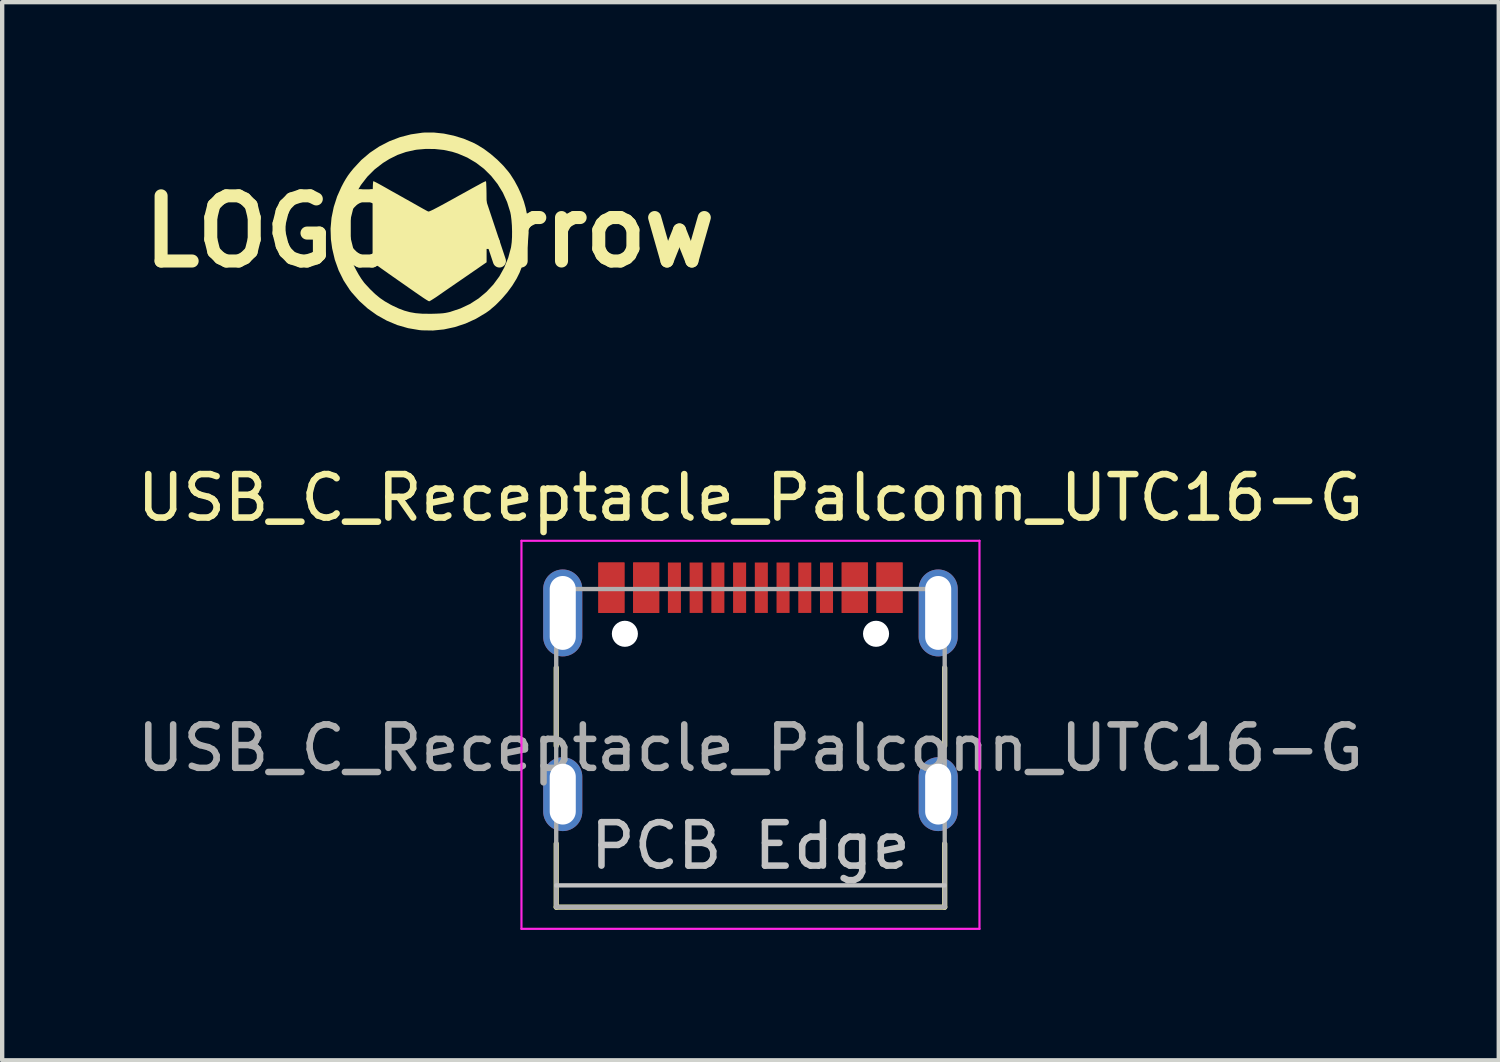
<source format=kicad_pcb>
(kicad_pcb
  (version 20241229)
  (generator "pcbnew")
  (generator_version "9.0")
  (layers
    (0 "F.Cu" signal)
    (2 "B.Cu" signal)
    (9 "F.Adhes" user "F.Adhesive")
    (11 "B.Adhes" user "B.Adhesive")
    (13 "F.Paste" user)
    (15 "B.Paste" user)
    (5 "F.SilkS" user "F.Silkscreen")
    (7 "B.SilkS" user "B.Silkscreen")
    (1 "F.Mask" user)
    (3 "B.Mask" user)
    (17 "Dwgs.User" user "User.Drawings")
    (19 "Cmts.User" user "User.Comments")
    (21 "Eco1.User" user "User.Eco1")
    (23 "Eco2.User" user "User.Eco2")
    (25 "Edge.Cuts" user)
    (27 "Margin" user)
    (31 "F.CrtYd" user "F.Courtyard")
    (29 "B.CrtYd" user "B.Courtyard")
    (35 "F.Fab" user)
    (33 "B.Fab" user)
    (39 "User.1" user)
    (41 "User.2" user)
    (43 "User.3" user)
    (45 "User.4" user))
  (footprint "LOGO_Arrow"
    (layer "F.Cu")
    (at 6.836 2.278)
    (property "Reference" "LOGO_Arrow" (at 0 0 0) (layer "F.SilkS") (effects (font (size 1.5 1.5) (thickness 0.3))))
    (attr board_only exclude_from_pos_files exclude_from_bom)
    (fp_poly (pts (xy 1.299 -1.148) (xy 1.303 -1.115) (xy 1.305 -1.06) (xy 1.308 -0.98) (xy 1.31 -0.875) (xy 1.311 -0.744) (xy 1.312 -0.585) (xy 1.312 -0.397) (xy 1.312 -0.225) (xy 1.312 0.708) (xy 1.204 0.782) (xy 1.162 0.811) (xy 1.099 0.855) (xy 1.02 0.909) (xy 0.93 0.971) (xy 0.833 1.038) (xy 0.749 1.096) (xy 0.644 1.168) (xy 0.535 1.243) (xy 0.429 1.316) (xy 0.332 1.383) (xy 0.25 1.44) (xy 0.206 1.471) (xy 0.137 1.518) (xy 0.076 1.557) (xy 0.028 1.587) (xy -0.002 1.603) (xy -0.009 1.606) (xy -0.029 1.598) (xy -0.068 1.575) (xy -0.12 1.542) (xy -0.165 1.512) (xy -0.239 1.461) (xy -0.322 1.404) (xy -0.399 1.35) (xy -0.425 1.332) (xy -0.474 1.298) (xy -0.542 1.25) (xy -0.625 1.192) (xy -0.717 1.128) (xy -0.812 1.061) (xy -0.857 1.03) (xy -0.948 0.966) (xy -1.034 0.905) (xy -1.112 0.85) (xy -1.176 0.804) (xy -1.222 0.771) (xy -1.239 0.759) (xy -1.312 0.704) (xy -1.312 -0.227) (xy -1.312 -0.432) (xy -1.312 -0.607) (xy -1.311 -0.754) (xy -1.31 -0.876) (xy -1.308 -0.974) (xy -1.306 -1.049) (xy -1.303 -1.103) (xy -1.3 -1.138) (xy -1.297 -1.155) (xy -1.294 -1.158) (xy -1.275 -1.151) (xy -1.234 -1.131) (xy -1.177 -1.101) (xy -1.108 -1.063) (xy -1.067 -1.04) (xy -0.987 -0.995) (xy -0.889 -0.939) (xy -0.779 -0.878) (xy -0.667 -0.815) (xy -0.561 -0.755) (xy -0.548 -0.748) (xy -0.453 -0.695) (xy -0.361 -0.643) (xy -0.278 -0.596) (xy -0.209 -0.557) (xy -0.159 -0.529) (xy -0.147 -0.522) (xy -0.096 -0.494) (xy -0.053 -0.471) (xy -0.029 -0.46) (xy -0.007 -0.464) (xy 0.04 -0.484) (xy 0.113 -0.52) (xy 0.209 -0.57) (xy 0.328 -0.634) (xy 0.442 -0.697) (xy 0.555 -0.759) (xy 0.664 -0.82) (xy 0.766 -0.876) (xy 0.855 -0.925) (xy 0.927 -0.965) (xy 0.979 -0.994) (xy 0.996 -1.003) (xy 1.063 -1.04) (xy 1.134 -1.078) (xy 1.191 -1.11) (xy 1.239 -1.135) (xy 1.277 -1.152) (xy 1.296 -1.158)) (stroke (width 0) (type solid)) (fill yes) (layer "F.SilkS"))
    (fp_poly (pts (xy 0.327 -2.254) (xy 0.556 -2.206) (xy 0.782 -2.137) (xy 0.997 -2.047) (xy 1.092 -1.998) (xy 1.247 -1.903) (xy 1.404 -1.786) (xy 1.557 -1.654) (xy 1.698 -1.513) (xy 1.818 -1.371) (xy 1.86 -1.314) (xy 1.952 -1.17) (xy 2.037 -1.012) (xy 2.111 -0.849) (xy 2.17 -0.689) (xy 2.212 -0.54) (xy 2.222 -0.489) (xy 2.232 -0.439) (xy 2.24 -0.402) (xy 2.245 -0.389) (xy 2.249 -0.37) (xy 2.255 -0.327) (xy 2.262 -0.267) (xy 2.27 -0.199) (xy 2.279 0.025) (xy 2.262 0.259) (xy 2.221 0.494) (xy 2.157 0.725) (xy 2.071 0.946) (xy 2.004 1.081) (xy 1.906 1.241) (xy 1.789 1.401) (xy 1.657 1.554) (xy 1.518 1.694) (xy 1.376 1.815) (xy 1.294 1.873) (xy 1.065 2.009) (xy 0.826 2.118) (xy 0.58 2.199) (xy 0.329 2.253) (xy 0.078 2.278) (xy -0.172 2.274) (xy -0.236 2.268) (xy -0.495 2.224) (xy -0.745 2.152) (xy -0.985 2.051) (xy -1.212 1.924) (xy -1.424 1.772) (xy -1.619 1.596) (xy -1.795 1.398) (xy -1.838 1.342) (xy -1.978 1.127) (xy -2.093 0.895) (xy -2.181 0.649) (xy -2.242 0.39) (xy -2.271 0.18) (xy -2.277 0) (xy -1.891 0) (xy -1.89 0.134) (xy -1.886 0.245) (xy -1.878 0.339) (xy -1.864 0.424) (xy -1.844 0.508) (xy -1.816 0.597) (xy -1.782 0.689) (xy -1.742 0.784) (xy -1.689 0.889) (xy -1.63 0.994) (xy -1.568 1.092) (xy -1.509 1.173) (xy -1.488 1.198) (xy -1.367 1.329) (xy -1.255 1.437) (xy -1.144 1.529) (xy -1.028 1.608) (xy -0.9 1.681) (xy -0.85 1.707) (xy -0.71 1.772) (xy -0.58 1.821) (xy -0.452 1.856) (xy -0.319 1.879) (xy -0.173 1.891) (xy -0.006 1.893) (xy 0.046 1.893) (xy 0.155 1.89) (xy 0.24 1.886) (xy 0.307 1.881) (xy 0.365 1.873) (xy 0.42 1.862) (xy 0.48 1.848) (xy 0.48 1.847) (xy 0.711 1.77) (xy 0.927 1.668) (xy 1.126 1.541) (xy 1.306 1.391) (xy 1.466 1.221) (xy 1.605 1.033) (xy 1.719 0.827) (xy 1.809 0.606) (xy 1.872 0.372) (xy 1.877 0.343) (xy 1.89 0.245) (xy 1.897 0.127) (xy 1.898 -0.003) (xy 1.894 -0.137) (xy 1.884 -0.265) (xy 1.87 -0.378) (xy 1.856 -0.448) (xy 1.784 -0.678) (xy 1.686 -0.895) (xy 1.563 -1.095) (xy 1.418 -1.278) (xy 1.253 -1.442) (xy 1.068 -1.583) (xy 0.867 -1.702) (xy 0.651 -1.794) (xy 0.518 -1.836) (xy 0.326 -1.877) (xy 0.12 -1.899) (xy -0.089 -1.901) (xy -0.291 -1.884) (xy -0.341 -1.876) (xy -0.546 -1.83) (xy -0.737 -1.763) (xy -0.922 -1.671) (xy -1.074 -1.577) (xy -1.265 -1.429) (xy -1.434 -1.26) (xy -1.58 -1.071) (xy -1.702 -0.865) (xy -1.798 -0.643) (xy -1.857 -0.451) (xy -1.869 -0.4) (xy -1.878 -0.351) (xy -1.884 -0.298) (xy -1.888 -0.234) (xy -1.89 -0.155) (xy -1.891 -0.054) (xy -1.891 0) (xy -2.277 0) (xy -2.279 -0.067) (xy -2.257 -0.316) (xy -2.206 -0.564) (xy -2.128 -0.807) (xy -2.03 -1.026) (xy -1.976 -1.129) (xy -1.927 -1.213) (xy -1.878 -1.289) (xy -1.821 -1.366) (xy -1.75 -1.453) (xy -1.749 -1.454) (xy -1.572 -1.645) (xy -1.374 -1.813) (xy -1.159 -1.957) (xy -0.929 -2.076) (xy -0.685 -2.17) (xy -0.431 -2.236) (xy -0.168 -2.274) (xy -0.116 -2.278) (xy 0.101 -2.278)) (stroke (width 0) (type solid)) (fill yes) (layer "F.SilkS")))
  (footprint "USB_C_Receptacle_Palconn_UTC16-G"
    (layer "F.Cu")
    (at 14.22 12.985)
    (property "Reference" "USB_C_Receptacle_Palconn_UTC16-G" (at 0 -4.58 0) (layer "F.SilkS") (effects (font (size 1 1) (thickness 0.15))))
    (attr smd)
    (fp_line (start -4.47 -0.67) (end -4.47 1.13) (stroke (width 0.12) (type solid)) (layer "F.SilkS"))
    (fp_line (start -4.47 4.84) (end -4.47 3.38) (stroke (width 0.12) (type solid)) (layer "F.SilkS"))
    (fp_line (start 4.47 -0.67) (end 4.47 1.13) (stroke (width 0.12) (type solid)) (layer "F.SilkS"))
    (fp_line (start 4.47 4.84) (end -4.47 4.84) (stroke (width 0.12) (type solid)) (layer "F.SilkS"))
    (fp_line (start 4.47 4.84) (end 4.47 3.38) (stroke (width 0.12) (type solid)) (layer "F.SilkS"))
    (fp_line (start -4.47 4.34) (end 4.47 4.34) (stroke (width 0.1) (type solid)) (layer "Dwgs.User"))
    (fp_line (start -5.27 -3.59) (end -5.27 5.34) (stroke (width 0.05) (type solid)) (layer "F.CrtYd"))
    (fp_line (start -5.27 5.34) (end 5.27 5.34) (stroke (width 0.05) (type solid)) (layer "F.CrtYd"))
    (fp_line (start 5.27 -3.59) (end -5.27 -3.59) (stroke (width 0.05) (type solid)) (layer "F.CrtYd"))
    (fp_line (start 5.27 5.34) (end 5.27 -3.59) (stroke (width 0.05) (type solid)) (layer "F.CrtYd"))
    (fp_line (start -4.47 -2.48) (end -4.47 4.84) (stroke (width 0.1) (type solid)) (layer "F.Fab"))
    (fp_line (start -4.47 -2.48) (end 4.47 -2.48) (stroke (width 0.1) (type solid)) (layer "F.Fab"))
    (fp_line (start 4.47 -2.48) (end 4.47 4.84) (stroke (width 0.1) (type solid)) (layer "F.Fab"))
    (fp_line (start 4.47 4.84) (end -4.47 4.84) (stroke (width 0.1) (type solid)) (layer "F.Fab"))
    (fp_text user "PCB Edge" (at 0 3.43 0) (layer "Dwgs.User") (effects (font (size 1 1) (thickness 0.15))))
    (fp_text user "${REFERENCE}" (at 0 1.18 0) (layer "F.Fab") (effects (font (size 1 1) (thickness 0.15))))
    (pad "" np_thru_hole circle (at -2.89 -1.45 180) (size 0.6 0.6) (drill 0.6) (layers "*.Cu" "*.Mask"))
    (pad "" np_thru_hole circle (at 2.89 -1.45 180) (size 0.6 0.6) (drill 0.6) (layers "*.Cu" "*.Mask"))
    (pad "A1" smd rect (at -3.2 -2.51) (size 0.6 1.16) (layers "F.Cu" "F.Mask" "F.Paste"))
    (pad "A4" smd rect (at -2.4 -2.51) (size 0.6 1.16) (layers "F.Cu" "F.Mask" "F.Paste"))
    (pad "A5" smd rect (at -1.25 -2.51 180) (size 0.3 1.16) (layers "F.Cu" "F.Mask" "F.Paste"))
    (pad "A6" smd rect (at -0.25 -2.51 180) (size 0.3 1.16) (layers "F.Cu" "F.Mask" "F.Paste"))
    (pad "A7" smd rect (at 0.25 -2.51 180) (size 0.3 1.16) (layers "F.Cu" "F.Mask" "F.Paste"))
    (pad "A8" smd rect (at 1.25 -2.51 180) (size 0.3 1.16) (layers "F.Cu" "F.Mask" "F.Paste"))
    (pad "A9" smd rect (at 2.4 -2.51) (size 0.6 1.16) (layers "F.Cu" "F.Mask" "F.Paste"))
    (pad "A12" smd rect (at 3.2 -2.51) (size 0.6 1.16) (layers "F.Cu" "F.Mask" "F.Paste"))
    (pad "B1" smd rect (at 3.2 -2.51) (size 0.6 1.16) (layers "F.Cu" "F.Mask" "F.Paste"))
    (pad "B4" smd rect (at 2.4 -2.51) (size 0.6 1.16) (layers "F.Cu" "F.Mask" "F.Paste"))
    (pad "B5" smd rect (at 1.75 -2.51 180) (size 0.3 1.16) (layers "F.Cu" "F.Mask" "F.Paste"))
    (pad "B6" smd rect (at 0.75 -2.51 180) (size 0.3 1.16) (layers "F.Cu" "F.Mask" "F.Paste"))
    (pad "B7" smd rect (at -0.75 -2.51 180) (size 0.3 1.16) (layers "F.Cu" "F.Mask" "F.Paste"))
    (pad "B8" smd rect (at -1.75 -2.51 180) (size 0.3 1.16) (layers "F.Cu" "F.Mask" "F.Paste"))
    (pad "B9" smd rect (at -2.4 -2.51) (size 0.6 1.16) (layers "F.Cu" "F.Mask" "F.Paste"))
    (pad "B12" smd rect (at -3.2 -2.51) (size 0.6 1.16) (layers "F.Cu" "F.Mask" "F.Paste"))
    (pad "S1" thru_hole oval (at -4.32 -1.93 90) (size 2 0.9) (drill oval 1.7 0.6) (layers "*.Cu" "*.Mask"))
    (pad "S1" thru_hole oval (at -4.32 2.24 90) (size 1.7 0.9) (drill oval 1.4 0.6) (layers "*.Cu" "*.Mask"))
    (pad "S1" thru_hole oval (at 4.32 -1.93 90) (size 2 0.9) (drill oval 1.7 0.6) (layers "*.Cu" "*.Mask"))
    (pad "S1" thru_hole oval (at 4.32 2.24 90) (size 1.7 0.9) (drill oval 1.4 0.6) (layers "*.Cu" "*.Mask")))
  (gr_rect
    (start -3 -3)
    (end 31.44 21.35)
    (stroke (width 0.1) (type default))
    (fill no)
    (layer "Edge.Cuts")))
</source>
